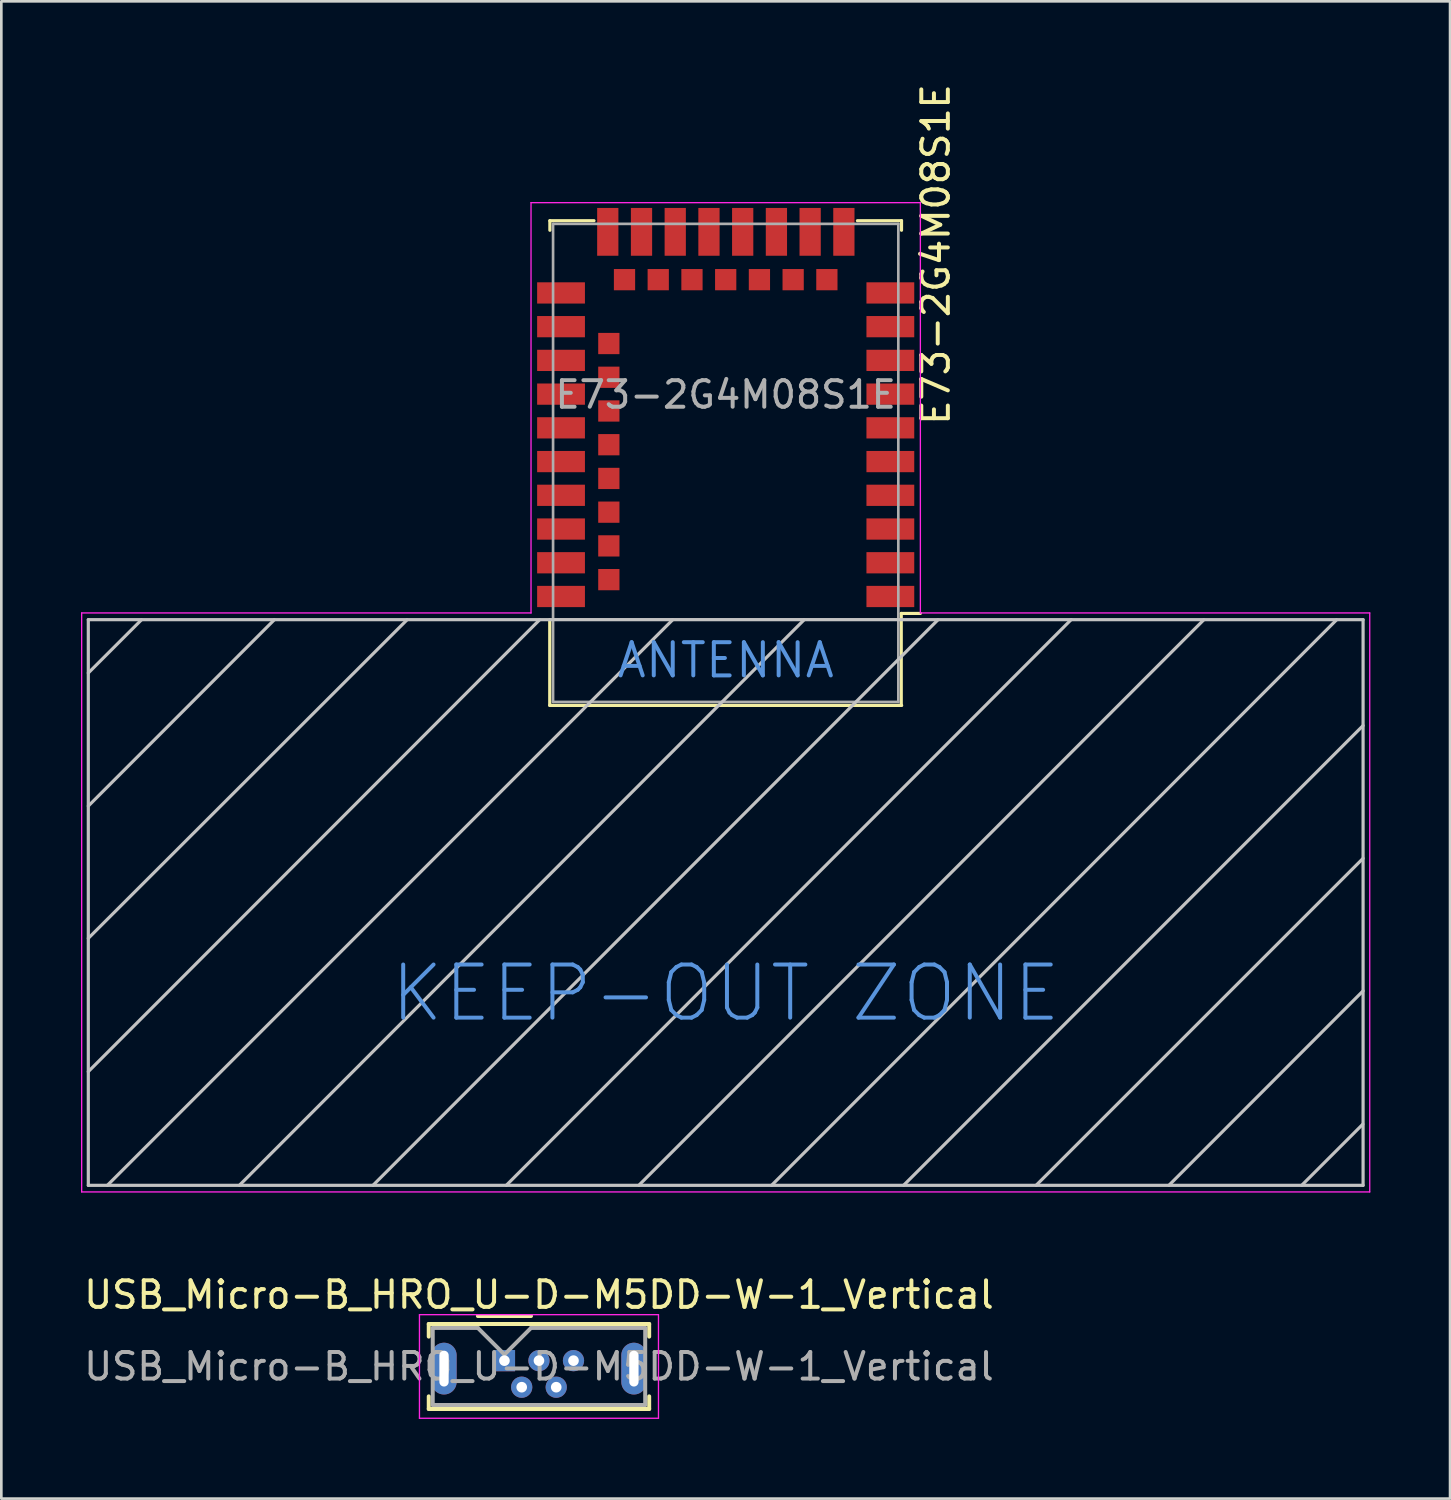
<source format=kicad_pcb>
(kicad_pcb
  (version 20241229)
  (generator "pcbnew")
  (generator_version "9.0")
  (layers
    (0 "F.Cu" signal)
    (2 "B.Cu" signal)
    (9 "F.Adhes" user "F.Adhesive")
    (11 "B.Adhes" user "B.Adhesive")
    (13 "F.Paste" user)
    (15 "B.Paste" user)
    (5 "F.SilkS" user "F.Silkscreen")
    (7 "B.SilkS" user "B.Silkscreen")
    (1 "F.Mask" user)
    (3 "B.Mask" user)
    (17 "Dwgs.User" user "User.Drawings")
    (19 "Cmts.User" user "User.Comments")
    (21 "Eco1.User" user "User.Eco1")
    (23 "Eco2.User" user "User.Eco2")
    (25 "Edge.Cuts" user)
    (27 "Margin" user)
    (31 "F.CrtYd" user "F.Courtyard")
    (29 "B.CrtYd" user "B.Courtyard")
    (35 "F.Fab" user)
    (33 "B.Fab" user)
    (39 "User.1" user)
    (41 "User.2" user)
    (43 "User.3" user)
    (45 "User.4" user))
  (footprint "USB_Micro-B_HRO_U-D-M5DD-W-1_Vertical"
    (layer "F.Cu")
    (at 15.944 48.183)
    (property "Reference" "USB_Micro-B_HRO_U-D-M5DD-W-1_Vertical" (at 1.3 -2.48 0) (layer "F.SilkS") (effects (font (size 1 1) (thickness 0.15))))
    (attr through_hole)
    (fp_line (start -2.85 -1.38) (end 5.45 -1.38) (stroke (width 0.15) (type solid)) (layer "F.SilkS"))
    (fp_line (start -2.85 -0.905) (end -2.85 -1.38) (stroke (width 0.15) (type solid)) (layer "F.SilkS"))
    (fp_line (start -2.85 1.345) (end -2.85 1.82) (stroke (width 0.15) (type solid)) (layer "F.SilkS"))
    (fp_line (start -2.85 1.82) (end 5.45 1.82) (stroke (width 0.15) (type solid)) (layer "F.SilkS"))
    (fp_line (start -1 -1.68) (end 1 -1.68) (stroke (width 0.15) (type solid)) (layer "F.SilkS"))
    (fp_line (start 5.45 -1.38) (end 5.45 -0.905) (stroke (width 0.15) (type solid)) (layer "F.SilkS"))
    (fp_line (start 5.45 1.82) (end 5.45 1.345) (stroke (width 0.15) (type solid)) (layer "F.SilkS"))
    (fp_line (start -3.2 -1.73) (end -3.2 2.17) (stroke (width 0.05) (type solid)) (layer "F.CrtYd"))
    (fp_line (start -3.2 2.17) (end 5.8 2.17) (stroke (width 0.05) (type solid)) (layer "F.CrtYd"))
    (fp_line (start 5.8 -1.73) (end -3.2 -1.73) (stroke (width 0.05) (type solid)) (layer "F.CrtYd"))
    (fp_line (start 5.8 2.17) (end 5.8 -1.73) (stroke (width 0.05) (type solid)) (layer "F.CrtYd"))
    (fp_line (start -2.7 -1.23) (end -1 -1.23) (stroke (width 0.15) (type solid)) (layer "F.Fab"))
    (fp_line (start -2.7 1.67) (end -2.7 -1.23) (stroke (width 0.15) (type solid)) (layer "F.Fab"))
    (fp_line (start -1 -1.23) (end 0 -0.23) (stroke (width 0.15) (type solid)) (layer "F.Fab"))
    (fp_line (start 0 -0.23) (end 1 -1.23) (stroke (width 0.15) (type solid)) (layer "F.Fab"))
    (fp_line (start 1 -1.23) (end 5.3 -1.23) (stroke (width 0.15) (type solid)) (layer "F.Fab"))
    (fp_line (start 5.3 -1.23) (end 5.3 1.67) (stroke (width 0.15) (type solid)) (layer "F.Fab"))
    (fp_line (start 5.3 1.67) (end -2.7 1.67) (stroke (width 0.15) (type solid)) (layer "F.Fab"))
    (fp_text user "${REFERENCE}" (at 1.3 0.22 0) (layer "F.Fab") (effects (font (size 1 1) (thickness 0.15))))
    (pad "1" thru_hole rect (at 0 0) (size 0.8 0.8) (drill 0.4) (layers "*.Cu" "*.Mask"))
    (pad "2" thru_hole circle (at 0.65 1) (size 0.8 0.8) (drill 0.4) (layers "*.Cu" "*.Mask"))
    (pad "3" thru_hole circle (at 1.3 0) (size 0.8 0.8) (drill 0.4) (layers "*.Cu" "*.Mask"))
    (pad "4" thru_hole circle (at 1.95 1) (size 0.8 0.8) (drill 0.4) (layers "*.Cu" "*.Mask"))
    (pad "5" thru_hole circle (at 2.6 0) (size 0.8 0.8) (drill 0.4) (layers "*.Cu" "*.Mask"))
    (pad "6" thru_hole oval (at -2.275 0.3) (size 0.95 1.95) (drill oval 0.35 1.35) (layers "*.Cu" "*.Mask"))
    (pad "6" thru_hole oval (at 4.875 0.3) (size 0.95 1.95) (drill oval 0.35 1.35) (layers "*.Cu" "*.Mask")))
  (footprint "E73-2G4M08S1E"
    (layer "F.Cu")
    (at 24.275 20.283)
    (property "Reference" "E73-2G4M08S1E" (at 7.91 -13.753 270) (layer "F.SilkS") (effects (font (size 1 1) (thickness 0.15))))
    (attr smd)
    (fp_line (start -6.625 0) (end -6.625 3.227) (stroke (width 0.12) (type solid)) (layer "F.SilkS"))
    (fp_line (start -6.62 -15.023) (end -4.96 -15.023) (stroke (width 0.12) (type solid)) (layer "F.SilkS"))
    (fp_line (start -6.62 -14.663) (end -6.62 -15.023) (stroke (width 0.12) (type solid)) (layer "F.SilkS"))
    (fp_line (start 6.61 -0.235) (end 6.61 3.227) (stroke (width 0.12) (type solid)) (layer "F.SilkS"))
    (fp_line (start 6.61 -0.235) (end 7.33 -0.235) (stroke (width 0.12) (type solid)) (layer "F.SilkS"))
    (fp_line (start 6.62 -15.023) (end 4.96 -15.023) (stroke (width 0.12) (type solid)) (layer "F.SilkS"))
    (fp_line (start 6.62 -14.663) (end 6.62 -15.023) (stroke (width 0.12) (type solid)) (layer "F.SilkS"))
    (fp_line (start 6.625 3.227) (end -6.625 3.227) (stroke (width 0.12) (type solid)) (layer "F.SilkS"))
    (fp_line (start -24 2.007) (end -22 0.007) (stroke (width 0.12) (type solid)) (layer "Dwgs.User"))
    (fp_line (start -24 7.017) (end -17 0.007) (stroke (width 0.12) (type solid)) (layer "Dwgs.User"))
    (fp_line (start -24 11.997) (end -12 0.007) (stroke (width 0.12) (type solid)) (layer "Dwgs.User"))
    (fp_line (start -24 17.017) (end -7.01 0.007) (stroke (width 0.12) (type solid)) (layer "Dwgs.User"))
    (fp_line (start -24 21.3) (end -24 0) (stroke (width 0.12) (type solid)) (layer "Dwgs.User"))
    (fp_line (start -23.28 21.297) (end -2 0.007) (stroke (width 0.12) (type solid)) (layer "Dwgs.User"))
    (fp_line (start -18.31 21.297) (end 2.95 0.007) (stroke (width 0.12) (type solid)) (layer "Dwgs.User"))
    (fp_line (start -13.28 21.297) (end 7.99 0.007) (stroke (width 0.12) (type solid)) (layer "Dwgs.User"))
    (fp_line (start -8.26 21.297) (end 13.01 -0.003) (stroke (width 0.12) (type solid)) (layer "Dwgs.User"))
    (fp_line (start -3.27 21.297) (end 18 0.007) (stroke (width 0.12) (type solid)) (layer "Dwgs.User"))
    (fp_line (start 1.73 21.297) (end 23 0.007) (stroke (width 0.12) (type solid)) (layer "Dwgs.User"))
    (fp_line (start 6.7 21.297) (end 24 3.987) (stroke (width 0.12) (type solid)) (layer "Dwgs.User"))
    (fp_line (start 11.69 21.297) (end 24 8.987) (stroke (width 0.12) (type solid)) (layer "Dwgs.User"))
    (fp_line (start 16.69 21.297) (end 24 13.977) (stroke (width 0.12) (type solid)) (layer "Dwgs.User"))
    (fp_line (start 21.69 21.297) (end 23.99 18.997) (stroke (width 0.12) (type solid)) (layer "Dwgs.User"))
    (fp_line (start 24 0) (end -24 0) (stroke (width 0.12) (type solid)) (layer "Dwgs.User"))
    (fp_line (start 24 21.3) (end -24 21.3) (stroke (width 0.12) (type solid)) (layer "Dwgs.User"))
    (fp_line (start 24 21.3) (end 24 0) (stroke (width 0.12) (type solid)) (layer "Dwgs.User"))
    (fp_line (start -24.25 -0.253) (end -24.25 21.547) (stroke (width 0.05) (type solid)) (layer "F.CrtYd"))
    (fp_line (start -24.25 21.547) (end 24.25 21.547) (stroke (width 0.05) (type solid)) (layer "F.CrtYd"))
    (fp_line (start -7.33 -15.703) (end -7.33 -0.253) (stroke (width 0.05) (type solid)) (layer "F.CrtYd"))
    (fp_line (start -7.33 -0.253) (end -24.25 -0.253) (stroke (width 0.05) (type solid)) (layer "F.CrtYd"))
    (fp_line (start 7.33 -15.703) (end -7.33 -15.703) (stroke (width 0.05) (type solid)) (layer "F.CrtYd"))
    (fp_line (start 7.33 -0.253) (end 7.33 -15.703) (stroke (width 0.05) (type solid)) (layer "F.CrtYd"))
    (fp_line (start 24.25 -0.253) (end 7.33 -0.253) (stroke (width 0.05) (type solid)) (layer "F.CrtYd"))
    (fp_line (start 24.25 21.547) (end 24.25 -0.253) (stroke (width 0.05) (type solid)) (layer "F.CrtYd"))
    (fp_line (start -6.5 0) (end 6.5 0) (stroke (width 0.1) (type solid)) (layer "F.Fab"))
    (fp_line (start -6.5 3.097) (end -6.5 -14.903) (stroke (width 0.1) (type solid)) (layer "F.Fab"))
    (fp_line (start 6.5 -14.903) (end -6.5 -14.903) (stroke (width 0.1) (type solid)) (layer "F.Fab"))
    (fp_line (start 6.5 3.097) (end -6.5 3.097) (stroke (width 0.1) (type solid)) (layer "F.Fab"))
    (fp_line (start 6.5 3.097) (end 6.5 -14.903) (stroke (width 0.1) (type solid)) (layer "F.Fab"))
    (fp_text user "ANTENNA" (at 0 1.527 180) (layer "Cmts.User") (effects (font (size 1.25 1.25) (thickness 0.15))))
    (fp_text user "KEEP-OUT ZONE" (at 0 14.067 180) (layer "Cmts.User") (effects (font (size 2 2) (thickness 0.15))))
    (fp_text user "${REFERENCE}" (at 0 -8.473 180) (layer "F.Fab") (effects (font (size 1 1) (thickness 0.15))))
    (pad "1" smd rect (at 6.2 -0.873) (size 1.8 0.8) (layers "F.Cu" "F.Mask" "F.Paste"))
    (pad "2" smd rect (at 6.2 -2.143) (size 1.8 0.8) (layers "F.Cu" "F.Mask" "F.Paste"))
    (pad "3" smd rect (at 6.2 -3.413) (size 1.8 0.8) (layers "F.Cu" "F.Mask" "F.Paste"))
    (pad "4" smd rect (at 6.2 -4.683) (size 1.8 0.8) (layers "F.Cu" "F.Mask" "F.Paste"))
    (pad "5" smd rect (at 6.2 -5.953) (size 1.8 0.8) (layers "F.Cu" "F.Mask" "F.Paste"))
    (pad "6" smd rect (at 6.2 -7.223) (size 1.8 0.8) (layers "F.Cu" "F.Mask" "F.Paste"))
    (pad "7" smd rect (at 6.2 -8.493) (size 1.8 0.8) (layers "F.Cu" "F.Mask" "F.Paste"))
    (pad "8" smd rect (at 6.2 -9.763) (size 1.8 0.8) (layers "F.Cu" "F.Mask" "F.Paste"))
    (pad "9" smd rect (at 6.2 -11.033) (size 1.8 0.8) (layers "F.Cu" "F.Mask" "F.Paste"))
    (pad "10" smd rect (at 6.2 -12.303) (size 1.8 0.8) (layers "F.Cu" "F.Mask" "F.Paste"))
    (pad "11" smd rect (at 4.45 -14.603 90) (size 1.8 0.8) (layers "F.Cu" "F.Mask" "F.Paste"))
    (pad "12" smd rect (at 3.81 -12.803 90) (size 0.8 0.8) (layers "F.Cu" "F.Mask" "F.Paste"))
    (pad "13" smd rect (at 3.18 -14.603 90) (size 1.8 0.8) (layers "F.Cu" "F.Mask" "F.Paste"))
    (pad "14" smd rect (at 2.54 -12.803 90) (size 0.8 0.8) (layers "F.Cu" "F.Mask" "F.Paste"))
    (pad "15" smd rect (at 1.91 -14.603 90) (size 1.8 0.8) (layers "F.Cu" "F.Mask" "F.Paste"))
    (pad "16" smd rect (at 1.27 -12.803 90) (size 0.8 0.8) (layers "F.Cu" "F.Mask" "F.Paste"))
    (pad "17" smd rect (at 0.64 -14.603 90) (size 1.8 0.8) (layers "F.Cu" "F.Mask" "F.Paste"))
    (pad "18" smd rect (at 0 -12.803 90) (size 0.8 0.8) (layers "F.Cu" "F.Mask" "F.Paste"))
    (pad "19" smd rect (at -0.63 -14.603 90) (size 1.8 0.8) (layers "F.Cu" "F.Mask" "F.Paste"))
    (pad "20" smd rect (at -1.27 -12.803 90) (size 0.8 0.8) (layers "F.Cu" "F.Mask" "F.Paste"))
    (pad "21" smd rect (at -1.9 -14.603 90) (size 1.8 0.8) (layers "F.Cu" "F.Mask" "F.Paste"))
    (pad "22" smd rect (at -2.54 -12.803 90) (size 0.8 0.8) (layers "F.Cu" "F.Mask" "F.Paste"))
    (pad "23" smd rect (at -3.17 -14.603 90) (size 1.8 0.8) (layers "F.Cu" "F.Mask" "F.Paste"))
    (pad "24" smd rect (at -3.81 -12.803 90) (size 0.8 0.8) (layers "F.Cu" "F.Mask" "F.Paste"))
    (pad "25" smd rect (at -4.44 -14.603 90) (size 1.8 0.8) (layers "F.Cu" "F.Mask" "F.Paste"))
    (pad "26" smd rect (at -6.2 -12.303) (size 1.8 0.8) (layers "F.Cu" "F.Mask" "F.Paste"))
    (pad "27" smd rect (at -6.2 -11.033) (size 1.8 0.8) (layers "F.Cu" "F.Mask" "F.Paste"))
    (pad "28" smd rect (at -4.4 -10.398 90) (size 0.8 0.8) (layers "F.Cu" "F.Mask" "F.Paste"))
    (pad "29" smd rect (at -6.2 -9.763) (size 1.8 0.8) (layers "F.Cu" "F.Mask" "F.Paste"))
    (pad "30" smd rect (at -4.4 -9.128 90) (size 0.8 0.8) (layers "F.Cu" "F.Mask" "F.Paste"))
    (pad "31" smd rect (at -6.2 -8.493) (size 1.8 0.8) (layers "F.Cu" "F.Mask" "F.Paste"))
    (pad "32" smd rect (at -4.4 -7.858 90) (size 0.8 0.8) (layers "F.Cu" "F.Mask" "F.Paste"))
    (pad "33" smd rect (at -6.2 -7.223) (size 1.8 0.8) (layers "F.Cu" "F.Mask" "F.Paste"))
    (pad "34" smd rect (at -4.4 -6.588 90) (size 0.8 0.8) (layers "F.Cu" "F.Mask" "F.Paste"))
    (pad "35" smd rect (at -6.2 -5.953) (size 1.8 0.8) (layers "F.Cu" "F.Mask" "F.Paste"))
    (pad "36" smd rect (at -4.4 -5.318 90) (size 0.8 0.8) (layers "F.Cu" "F.Mask" "F.Paste"))
    (pad "37" smd rect (at -6.2 -4.683) (size 1.8 0.8) (layers "F.Cu" "F.Mask" "F.Paste"))
    (pad "38" smd rect (at -4.4 -4.048 90) (size 0.8 0.8) (layers "F.Cu" "F.Mask" "F.Paste"))
    (pad "39" smd rect (at -6.2 -3.413) (size 1.8 0.8) (layers "F.Cu" "F.Mask" "F.Paste"))
    (pad "40" smd rect (at -4.4 -2.778 90) (size 0.8 0.8) (layers "F.Cu" "F.Mask" "F.Paste"))
    (pad "41" smd rect (at -6.2 -2.143) (size 1.8 0.8) (layers "F.Cu" "F.Mask" "F.Paste"))
    (pad "42" smd rect (at -4.4 -1.508 90) (size 0.8 0.8) (layers "F.Cu" "F.Mask" "F.Paste"))
    (pad "43" smd rect (at -6.2 -0.873) (size 1.8 0.8) (layers "F.Cu" "F.Mask" "F.Paste")))
  (gr_rect
    (start -3 -3)
    (end 51.55 53.378)
    (stroke (width 0.1) (type default))
    (fill no)
    (layer "Edge.Cuts")))
</source>
